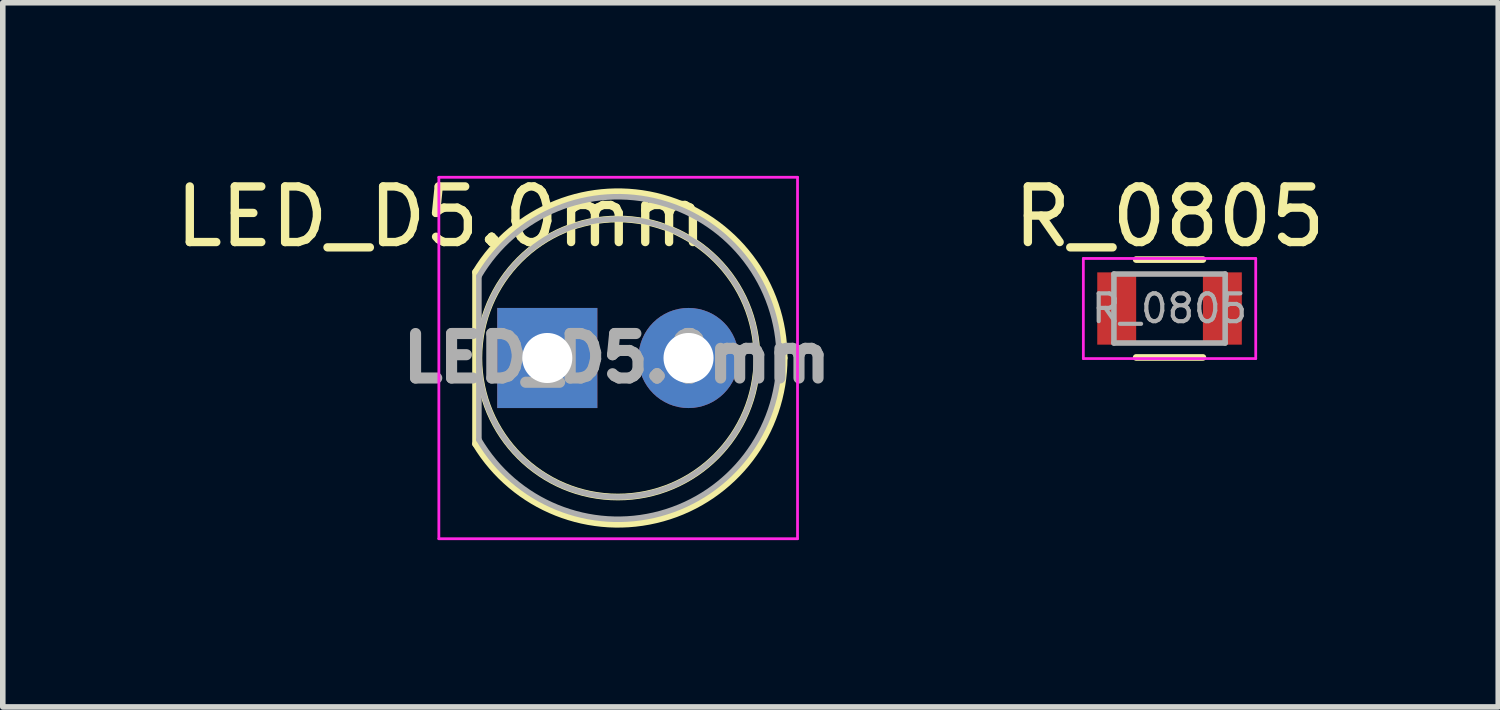
<source format=kicad_pcb>
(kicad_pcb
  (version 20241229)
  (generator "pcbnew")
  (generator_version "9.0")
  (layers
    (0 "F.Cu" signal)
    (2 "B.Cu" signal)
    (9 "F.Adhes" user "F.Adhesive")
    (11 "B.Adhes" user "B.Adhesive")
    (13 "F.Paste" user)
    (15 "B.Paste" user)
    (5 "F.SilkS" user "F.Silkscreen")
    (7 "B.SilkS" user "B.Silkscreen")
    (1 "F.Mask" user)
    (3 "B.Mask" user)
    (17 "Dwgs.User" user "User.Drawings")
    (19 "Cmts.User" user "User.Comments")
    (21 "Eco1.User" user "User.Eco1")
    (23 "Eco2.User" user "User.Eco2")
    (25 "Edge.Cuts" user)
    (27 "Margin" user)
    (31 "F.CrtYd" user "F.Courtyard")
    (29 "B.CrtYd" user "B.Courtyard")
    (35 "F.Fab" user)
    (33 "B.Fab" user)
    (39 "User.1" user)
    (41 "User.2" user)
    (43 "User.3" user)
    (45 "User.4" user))
  (footprint "LED_D5.0mm"
    (layer "F.Cu")
    (at 6.792 3.388)
    (property "Reference" "LED_D5.0mm" (at -1.905 -2.54 0) (layer "F.SilkS") (effects (font (size 1 1) (thickness 0.15))))
    (attr through_hole)
    (fp_line (start -1.29 -1.545) (end -1.29 1.545) (stroke (width 0.12) (type solid)) (layer "F.SilkS"))
    (fp_arc (start -1.29 -1.54483) (mid 2.072002 -2.880433) (end 4.26 0.000462) (stroke (width 0.12) (type solid)) (layer "F.SilkS"))
    (fp_arc (start 4.26 -0.000462) (mid 2.072002 2.880433) (end -1.29 1.54483) (stroke (width 0.12) (type solid)) (layer "F.SilkS"))
    (fp_circle (center 1.27 0) (end 3.77 0) (stroke (width 0.12) (type solid)) (fill no) (layer "F.SilkS"))
    (fp_line (start -1.95 -3.25) (end -1.95 3.25) (stroke (width 0.05) (type solid)) (layer "F.CrtYd"))
    (fp_line (start -1.95 3.25) (end 4.5 3.25) (stroke (width 0.05) (type solid)) (layer "F.CrtYd"))
    (fp_line (start 4.5 -3.25) (end -1.95 -3.25) (stroke (width 0.05) (type solid)) (layer "F.CrtYd"))
    (fp_line (start 4.5 3.25) (end 4.5 -3.25) (stroke (width 0.05) (type solid)) (layer "F.CrtYd"))
    (fp_line (start -1.23 -1.47) (end -1.23 1.47) (stroke (width 0.1) (type solid)) (layer "F.Fab"))
    (fp_arc (start -1.23 -1.469694) (mid 4.17 0.000016) (end -1.230016 1.469666) (stroke (width 0.1) (type solid)) (layer "F.Fab"))
    (fp_circle (center 1.27 0) (end 3.77 0) (stroke (width 0.1) (type solid)) (fill no) (layer "F.Fab"))
    (fp_text user "${REFERENCE}" (at 1.25 0 0) (layer "F.Fab") (effects (font (size 0.8 0.8) (thickness 0.2))))
    (pad "1" thru_hole rect (at 0 0) (size 1.8 1.8) (drill 0.9) (layers "*.Cu" "*.Mask"))
    (pad "2" thru_hole circle (at 2.54 0) (size 1.8 1.8) (drill 0.9) (layers "*.Cu" "*.Mask")))
  (footprint "R_0805"
    (layer "F.Cu")
    (at 17.982 2.498)
    (property "Reference" "R_0805" (at 0 -1.65 0) (layer "F.SilkS") (effects (font (size 1 1) (thickness 0.15))))
    (attr smd)
    (fp_line (start -0.6 -0.88) (end 0.6 -0.88) (stroke (width 0.12) (type solid)) (layer "F.SilkS"))
    (fp_line (start 0.6 0.88) (end -0.6 0.88) (stroke (width 0.12) (type solid)) (layer "F.SilkS"))
    (fp_line (start -1.55 -0.9) (end -1.55 0.9) (stroke (width 0.05) (type solid)) (layer "F.CrtYd"))
    (fp_line (start -1.55 -0.9) (end 1.55 -0.9) (stroke (width 0.05) (type solid)) (layer "F.CrtYd"))
    (fp_line (start 1.55 0.9) (end -1.55 0.9) (stroke (width 0.05) (type solid)) (layer "F.CrtYd"))
    (fp_line (start 1.55 0.9) (end 1.55 -0.9) (stroke (width 0.05) (type solid)) (layer "F.CrtYd"))
    (fp_line (start -1 -0.62) (end 1 -0.62) (stroke (width 0.1) (type solid)) (layer "F.Fab"))
    (fp_line (start -1 0.62) (end -1 -0.62) (stroke (width 0.1) (type solid)) (layer "F.Fab"))
    (fp_line (start 1 -0.62) (end 1 0.62) (stroke (width 0.1) (type solid)) (layer "F.Fab"))
    (fp_line (start 1 0.62) (end -1 0.62) (stroke (width 0.1) (type solid)) (layer "F.Fab"))
    (fp_text user "${REFERENCE}" (at 0 0 0) (layer "F.Fab") (effects (font (size 0.5 0.5) (thickness 0.075))))
    (pad "1" smd rect (at -0.95 0) (size 0.7 1.3) (layers "F.Cu" "F.Mask" "F.Paste"))
    (pad "2" smd rect (at 0.95 0) (size 0.7 1.3) (layers "F.Cu" "F.Mask" "F.Paste")))
  (gr_rect
    (start -3 -3)
    (end 23.893 9.663)
    (stroke (width 0.1) (type default))
    (fill no)
    (layer "Edge.Cuts")))
</source>
